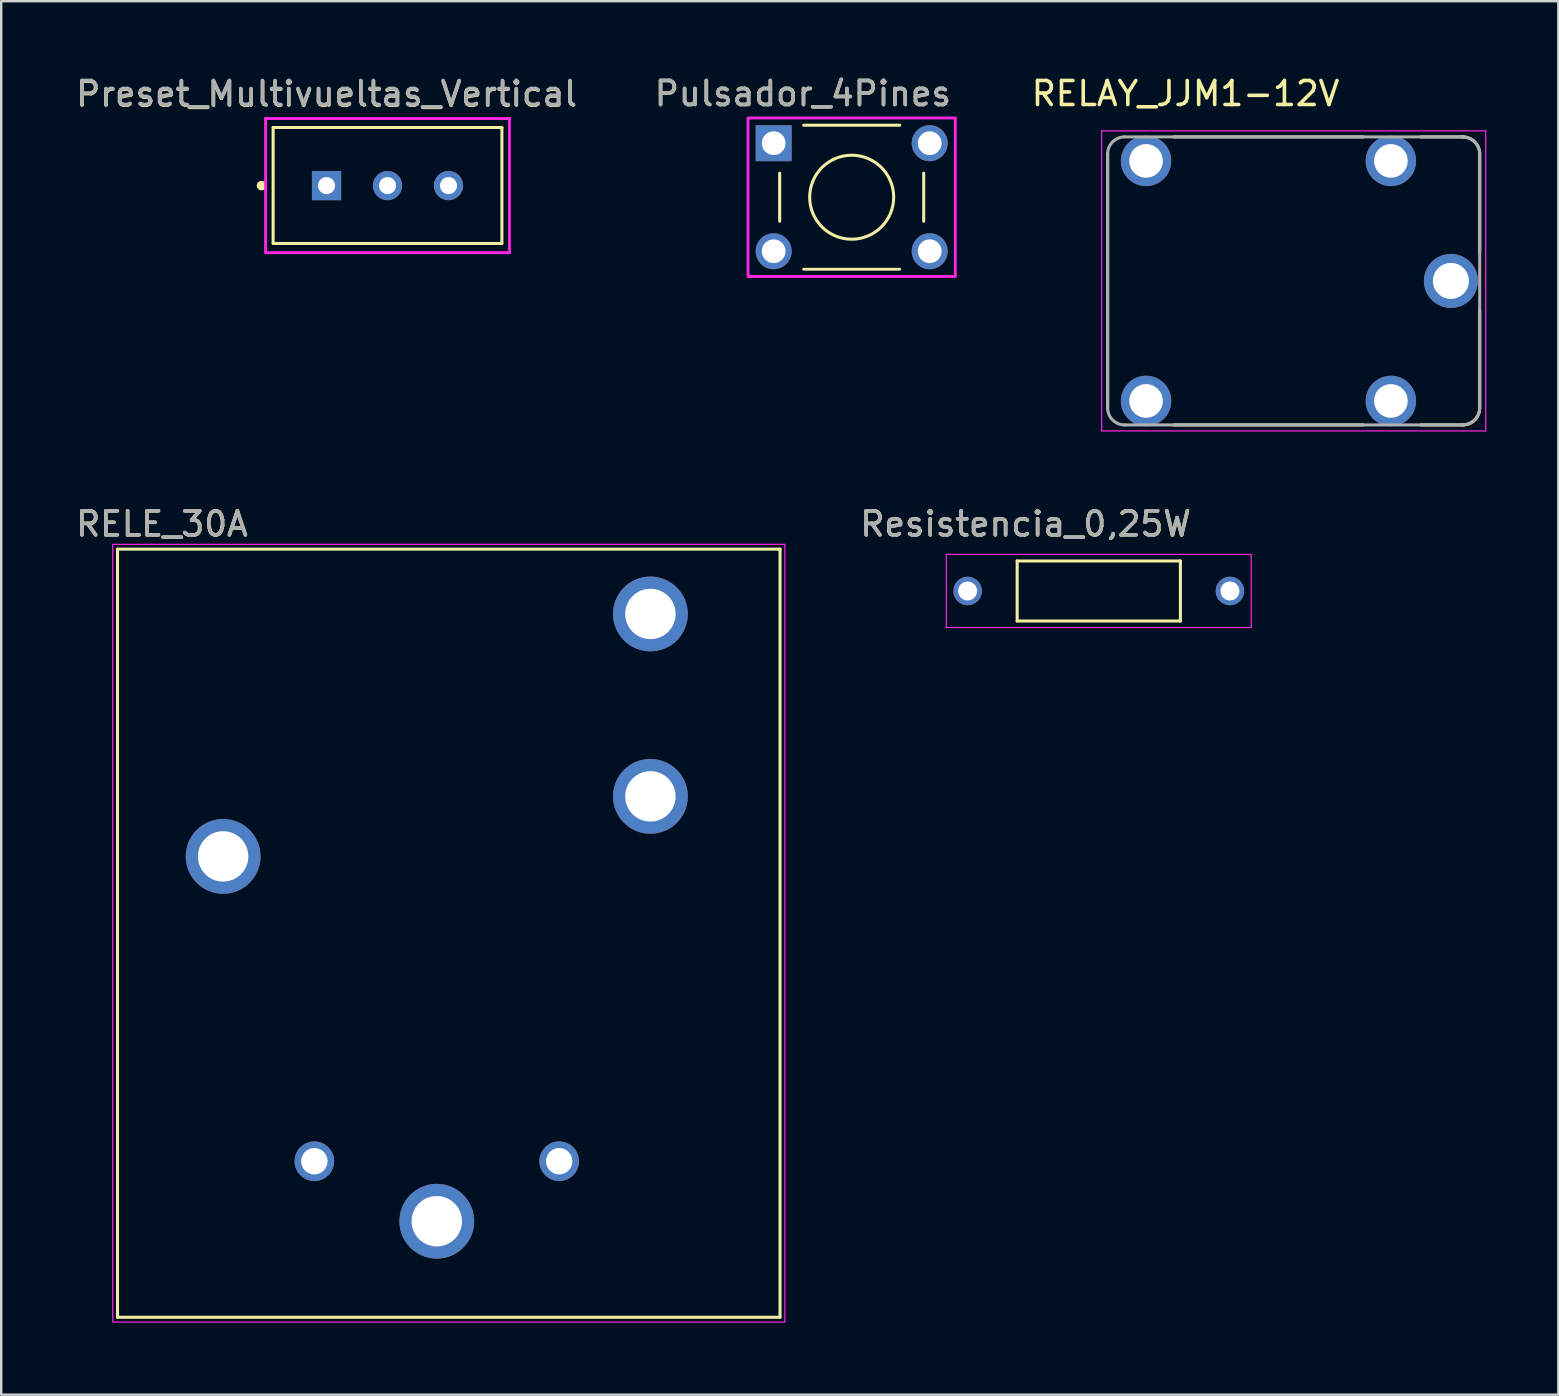
<source format=kicad_pcb>
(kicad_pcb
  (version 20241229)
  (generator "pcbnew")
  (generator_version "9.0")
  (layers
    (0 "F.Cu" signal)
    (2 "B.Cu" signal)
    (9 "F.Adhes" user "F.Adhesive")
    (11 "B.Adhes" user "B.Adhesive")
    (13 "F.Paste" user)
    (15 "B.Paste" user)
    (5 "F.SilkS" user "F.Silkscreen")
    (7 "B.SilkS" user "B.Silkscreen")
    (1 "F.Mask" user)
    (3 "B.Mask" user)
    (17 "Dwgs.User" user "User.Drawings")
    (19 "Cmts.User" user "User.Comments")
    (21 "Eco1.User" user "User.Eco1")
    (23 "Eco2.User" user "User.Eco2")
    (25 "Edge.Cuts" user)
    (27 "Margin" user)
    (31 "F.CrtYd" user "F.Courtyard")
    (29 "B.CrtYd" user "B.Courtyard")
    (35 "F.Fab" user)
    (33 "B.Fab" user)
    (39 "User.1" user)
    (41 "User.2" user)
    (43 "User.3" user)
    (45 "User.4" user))
  (footprint "Resistencia_0,25W"
    (layer "F.Cu")
    (at 42.725 21.57)
    (property "Reference" "Resistencia_0,25W" (at -3.048 -2.794 0) (unlocked yes) (layer "F.SilkS") (effects (font (size 1 1) (thickness 0.15))))
    (attr through_hole)
    (fp_line (start -3.4 -1.25) (end -3.4 1.25) (stroke (width 0.127) (type solid)) (layer "F.SilkS"))
    (fp_line (start -3.4 -1.25) (end 3.4 -1.25) (stroke (width 0.127) (type solid)) (layer "F.SilkS"))
    (fp_line (start -3.4 1.25) (end 3.4 1.25) (stroke (width 0.127) (type solid)) (layer "F.SilkS"))
    (fp_line (start 3.4 -1.25) (end 3.4 1.25) (stroke (width 0.127) (type solid)) (layer "F.SilkS"))
    (fp_rect (start -6.35 -1.524) (end 6.35 1.524) (stroke (width 0.05) (type solid)) (fill no) (layer "F.CrtYd"))
    (fp_text user "${REFERENCE}" (at -3.048 -2.794 0) (unlocked yes) (layer "F.Fab") (effects (font (size 1 1) (thickness 0.15))))
    (pad "1" thru_hole circle (at -5.465 0) (size 1.19 1.19) (drill 0.79) (layers "*.Cu" "*.Mask"))
    (pad "2" thru_hole circle (at 5.465 0) (size 1.19 1.19) (drill 0.79) (layers "*.Cu" "*.Mask")))
  (footprint "RELE_30A"
    (layer "F.Cu")
    (at 15.146 30.127)
    (property "Reference" "RELE_30A" (at -11.45 -11.35 0) (unlocked yes) (layer "F.SilkS") (effects (font (size 1 1) (thickness 0.15))))
    (attr smd)
    (fp_line (start -13.3 -10.3) (end 14.3 -10.3) (stroke (width 0.127) (type solid)) (layer "F.SilkS"))
    (fp_line (start -13.3 21.7) (end -13.3 -10.3) (stroke (width 0.127) (type solid)) (layer "F.SilkS"))
    (fp_line (start -13.3 21.7) (end 14.3 21.7) (stroke (width 0.127) (type solid)) (layer "F.SilkS"))
    (fp_line (start 14.3 21.7) (end 14.3 -10.3) (stroke (width 0.127) (type solid)) (layer "F.SilkS"))
    (fp_rect (start -13.5 -10.5) (end 14.5 21.9) (stroke (width 0.05) (type solid)) (fill no) (layer "F.CrtYd"))
    (fp_text user "${REFERENCE}" (at -11.45 -11.35 0) (unlocked yes) (layer "F.Fab") (effects (font (size 1 1) (thickness 0.15))))
    (pad "C1" thru_hole circle (at -5.1 15.2) (size 1.65 1.65) (drill 1.1) (layers "*.Cu" "*.Mask"))
    (pad "C2" thru_hole circle (at 5.1 15.2) (size 1.65 1.65) (drill 1.1) (layers "*.Cu" "*.Mask"))
    (pad "COM1" thru_hole circle (at 0 17.7) (size 3.116 3.116) (drill 2.1) (layers "*.Cu" "*.Mask"))
    (pad "COM2" thru_hole circle (at -8.9 2.5) (size 3.116 3.116) (drill 2.1) (layers "*.Cu" "*.Mask"))
    (pad "NC" thru_hole circle (at 8.9 -7.6) (size 3.116 3.116) (drill 2.1) (layers "*.Cu" "*.Mask"))
    (pad "NO" thru_hole circle (at 8.9 0) (size 3.116 3.116) (drill 2.1) (layers "*.Cu" "*.Mask")))
  (footprint "RELAY_JJM1-12V"
    (layer "F.Cu")
    (at 50.844 8.653)
    (property "Reference" "RELAY_JJM1-12V" (at -4.505 -7.805 0) (layer "F.SilkS") (effects (font (size 1 1) (thickness 0.15))))
    (attr through_hole)
    (fp_line (start -7.75 5.3) (end -7.75 -5.3) (stroke (width 0.127) (type solid)) (layer "F.SilkS"))
    (fp_line (start -5 -6) (end 2.9 -6) (stroke (width 0.127) (type solid)) (layer "F.SilkS"))
    (fp_line (start 2.9 6) (end -5 6) (stroke (width 0.127) (type solid)) (layer "F.SilkS"))
    (fp_line (start 7.05 -6) (end 5.3 -6) (stroke (width 0.127) (type solid)) (layer "F.SilkS"))
    (fp_line (start 7.05 6) (end 5.3 6) (stroke (width 0.127) (type solid)) (layer "F.SilkS"))
    (fp_line (start 7.75 -5.25) (end 7.75 -1.2) (stroke (width 0.127) (type solid)) (layer "F.SilkS"))
    (fp_line (start 7.75 1.2) (end 7.75 5.25) (stroke (width 0.127) (type solid)) (layer "F.SilkS"))
    (fp_arc (start 7.0404 -6) (mid 7.542163 -5.792163) (end 7.75 -5.2904) (stroke (width 0.127) (type solid)) (layer "F.SilkS"))
    (fp_arc (start 7.749999 5.2904) (mid 7.545308 5.788542) (end 7.05 6) (stroke (width 0.127) (type solid)) (layer "F.SilkS"))
    (fp_line (start -8 -6.25) (end 8 -6.25) (stroke (width 0.05) (type solid)) (layer "F.CrtYd"))
    (fp_line (start -8 6.25) (end -8 -6.25) (stroke (width 0.05) (type solid)) (layer "F.CrtYd"))
    (fp_line (start 8 -6.25) (end 8 6.25) (stroke (width 0.05) (type solid)) (layer "F.CrtYd"))
    (fp_line (start 8 6.25) (end -8 6.25) (stroke (width 0.05) (type solid)) (layer "F.CrtYd"))
    (fp_line (start -7.75 5.29) (end -7.75 -5.29) (stroke (width 0.127) (type solid)) (layer "F.Fab"))
    (fp_line (start -7.04 -6) (end 7.04 -6) (stroke (width 0.127) (type solid)) (layer "F.Fab"))
    (fp_line (start 7.04 6) (end -7.04 6) (stroke (width 0.127) (type solid)) (layer "F.Fab"))
    (fp_line (start 7.75 -5.29) (end 7.75 5.29) (stroke (width 0.127) (type solid)) (layer "F.Fab"))
    (fp_arc (start -7.75 -5.2904) (mid -7.542163 -5.792163) (end -7.0404 -6) (stroke (width 0.127) (type solid)) (layer "F.Fab"))
    (fp_arc (start -7.0404 6) (mid -7.542163 5.792163) (end -7.75 5.2904) (stroke (width 0.127) (type solid)) (layer "F.Fab"))
    (fp_arc (start 7.0404 -6) (mid 7.542163 -5.792163) (end 7.75 -5.2904) (stroke (width 0.127) (type solid)) (layer "F.Fab"))
    (fp_arc (start 7.749999 5.2904) (mid 7.545308 5.788542) (end 7.05 6) (stroke (width 0.127) (type solid)) (layer "F.Fab"))
    (pad "1" thru_hole circle (at 4.05 -5) (size 2.1 2.1) (drill 1.4) (layers "*.Cu" "*.Mask"))
    (pad "2" thru_hole circle (at 4.05 5) (size 2.1 2.1) (drill 1.4) (layers "*.Cu" "*.Mask"))
    (pad "3" thru_hole circle (at -6.15 -5) (size 2.1 2.1) (drill 1.4) (layers "*.Cu" "*.Mask"))
    (pad "4" thru_hole circle (at -6.15 5) (size 2.1 2.1) (drill 1.4) (layers "*.Cu" "*.Mask"))
    (pad "5" thru_hole circle (at 6.55 0) (size 2.25 2.25) (drill 1.5) (layers "*.Cu" "*.Mask")))
  (footprint "Preset_Multivueltas_Vertical"
    (layer "F.Cu")
    (at 13.094 4.682)
    (property "Reference" "Preset_Multivueltas_Vertical" (at -2.54 -3.81 0) (unlocked yes) (layer "F.SilkS") (effects (font (size 1 1) (thickness 0.15))))
    (attr through_hole)
    (fp_line (start -4.765 -2.42) (end -4.765 2.41) (stroke (width 0.127) (type solid)) (layer "F.SilkS"))
    (fp_line (start -4.765 -2.42) (end 4.765 -2.42) (stroke (width 0.127) (type solid)) (layer "F.SilkS"))
    (fp_line (start -4.765 2.41) (end 4.765 2.41) (stroke (width 0.127) (type solid)) (layer "F.SilkS"))
    (fp_line (start 4.765 -2.42) (end 4.765 2.41) (stroke (width 0.127) (type solid)) (layer "F.SilkS"))
    (fp_circle (center -5.25 0) (end -5.15 0) (stroke (width 0.2) (type solid)) (fill no) (layer "F.SilkS"))
    (fp_line (start -5.08 -2.794) (end -5.08 2.794) (stroke (width 0.12) (type solid)) (layer "F.CrtYd"))
    (fp_line (start -5.08 2.794) (end 5.08 2.794) (stroke (width 0.12) (type solid)) (layer "F.CrtYd"))
    (fp_line (start 5.08 -2.794) (end -5.08 -2.794) (stroke (width 0.12) (type solid)) (layer "F.CrtYd"))
    (fp_line (start 5.08 2.794) (end 5.08 -2.794) (stroke (width 0.12) (type solid)) (layer "F.CrtYd"))
    (fp_text user "${REFERENCE}" (at -2.54 -3.834 0) (unlocked yes) (layer "F.Fab") (effects (font (size 1 1) (thickness 0.15))))
    (pad "1" thru_hole rect (at -2.54 0) (size 1.218 1.218) (drill 0.71) (layers "*.Cu" "*.Mask"))
    (pad "2" thru_hole circle (at 0 0) (size 1.218 1.218) (drill 0.71) (layers "*.Cu" "*.Mask"))
    (pad "3" thru_hole circle (at 2.54 0) (size 1.218 1.218) (drill 0.71) (layers "*.Cu" "*.Mask")))
  (footprint "Pulsador_4Pines"
    (layer "F.Cu")
    (at 32.431 5.166)
    (property "Reference" "Pulsador_4Pines" (at -2.032 -4.318 0) (unlocked yes) (layer "F.SilkS") (effects (font (size 1 1) (thickness 0.15))))
    (attr through_hole)
    (fp_line (start -3 -1) (end -3 1) (stroke (width 0.127) (type solid)) (layer "F.SilkS"))
    (fp_line (start -2 -3) (end 2 -3) (stroke (width 0.127) (type solid)) (layer "F.SilkS"))
    (fp_line (start -2 3) (end 2 3) (stroke (width 0.12) (type solid)) (layer "F.SilkS"))
    (fp_line (start 3 -1) (end 3 1) (stroke (width 0.127) (type solid)) (layer "F.SilkS"))
    (fp_circle (center 0 0) (end 1.75 0) (stroke (width 0.127) (type solid)) (fill no) (layer "F.SilkS"))
    (fp_rect (start -4.318 -3.302) (end 4.318 3.302) (stroke (width 0.12) (type solid)) (fill no) (layer "F.CrtYd"))
    (fp_text user "${REFERENCE}" (at -2.032 -4.318 0) (unlocked yes) (layer "F.Fab") (effects (font (size 1 1) (thickness 0.15))))
    (pad "1" thru_hole rect (at -3.25 -2.25) (size 1.498 1.498) (drill 0.99) (layers "*.Cu" "*.Mask"))
    (pad "2" thru_hole circle (at -3.25 2.25) (size 1.498 1.498) (drill 0.99) (layers "*.Cu" "*.Mask"))
    (pad "3" thru_hole circle (at 3.25 -2.25) (size 1.498 1.498) (drill 0.99) (layers "*.Cu" "*.Mask"))
    (pad "4" thru_hole circle (at 3.25 2.25) (size 1.498 1.498) (drill 0.99) (layers "*.Cu" "*.Mask")))
  (gr_rect
    (start -3 -3)
    (end 61.869 55.051)
    (stroke (width 0.1) (type default))
    (fill no)
    (layer "Edge.Cuts")))
</source>
